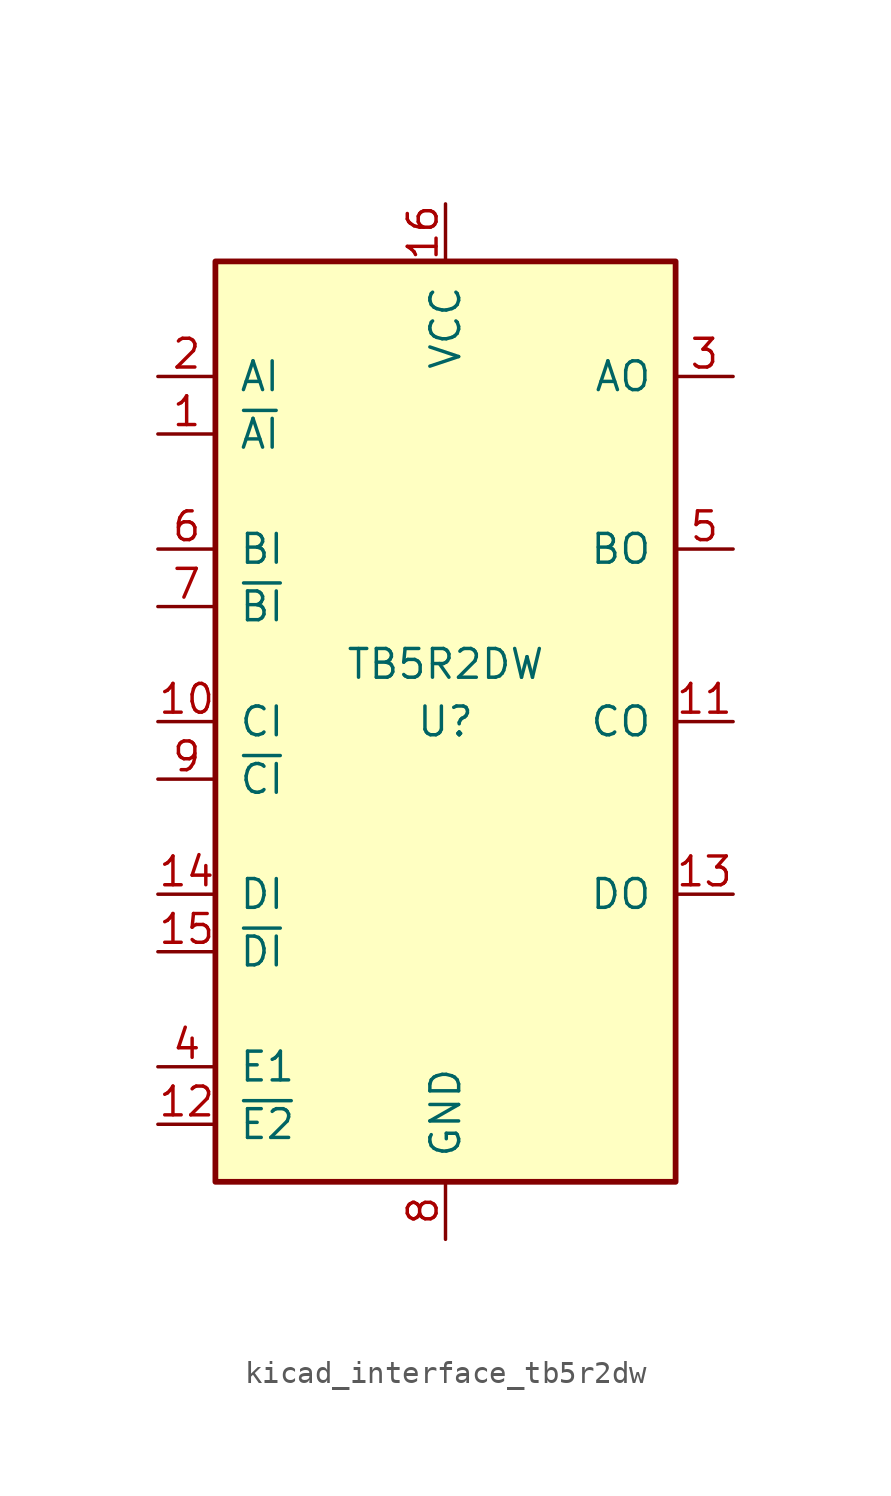
<source format=kicad_sym>
(kicad_symbol_lib
  (version 20220914)
  (generator kicad_symbol_editor)
  (symbol "kicad_interface_tb5r2dw"
    (pin_names
      (offset 1.016))
    (property "Reference" "U"
      (at 0 0 0)
      (effects (font (size 1.27 1.27))))
    (property "Value" "TB5R2DW"
      (at 0 2.54 0)
      (effects (font (size 1.27 1.27))))
    (symbol "kicad_interface_tb5r2dw_0_1"
      (rectangle (start 10.16 -20.32) (end -10.16 20.32) (stroke (width 0.254) (type default)) (fill (type background))))
    (symbol "kicad_interface_tb5r2dw_1_1"
      (pin input line (at -12.7 12.7 0) (length 2.54) (name "~{AI}" (effects (font (size 1.27 1.27)))) (number "1" (effects (font (size 1.27 1.27)))))
      (pin input line (at -12.7 0 0) (length 2.54) (name "CI" (effects (font (size 1.27 1.27)))) (number "10" (effects (font (size 1.27 1.27)))))
      (pin output line (at 12.7 0 180) (length 2.54) (name "CO" (effects (font (size 1.27 1.27)))) (number "11" (effects (font (size 1.27 1.27)))))
      (pin input line (at -12.7 -17.78 0) (length 2.54) (name "~{E2}" (effects (font (size 1.27 1.27)))) (number "12" (effects (font (size 1.27 1.27)))))
      (pin output line (at 12.7 -7.62 180) (length 2.54) (name "DO" (effects (font (size 1.27 1.27)))) (number "13" (effects (font (size 1.27 1.27)))))
      (pin input line (at -12.7 -7.62 0) (length 2.54) (name "DI" (effects (font (size 1.27 1.27)))) (number "14" (effects (font (size 1.27 1.27)))))
      (pin input line (at -12.7 -10.16 0) (length 2.54) (name "~{DI}" (effects (font (size 1.27 1.27)))) (number "15" (effects (font (size 1.27 1.27)))))
      (pin power_in line (at 0 22.86 270) (length 2.54) (name "VCC" (effects (font (size 1.27 1.27)))) (number "16" (effects (font (size 1.27 1.27)))))
      (pin input line (at -12.7 15.24 0) (length 2.54) (name "AI" (effects (font (size 1.27 1.27)))) (number "2" (effects (font (size 1.27 1.27)))))
      (pin output line (at 12.7 15.24 180) (length 2.54) (name "AO" (effects (font (size 1.27 1.27)))) (number "3" (effects (font (size 1.27 1.27)))))
      (pin input line (at -12.7 -15.24 0) (length 2.54) (name "E1" (effects (font (size 1.27 1.27)))) (number "4" (effects (font (size 1.27 1.27)))))
      (pin output line (at 12.7 7.62 180) (length 2.54) (name "BO" (effects (font (size 1.27 1.27)))) (number "5" (effects (font (size 1.27 1.27)))))
      (pin input line (at -12.7 7.62 0) (length 2.54) (name "BI" (effects (font (size 1.27 1.27)))) (number "6" (effects (font (size 1.27 1.27)))))
      (pin input line (at -12.7 5.08 0) (length 2.54) (name "~{BI}" (effects (font (size 1.27 1.27)))) (number "7" (effects (font (size 1.27 1.27)))))
      (pin power_in line (at 0 -22.86 90) (length 2.54) (name "GND" (effects (font (size 1.27 1.27)))) (number "8" (effects (font (size 1.27 1.27)))))
      (pin input line (at -12.7 -2.54 0) (length 2.54) (name "~{CI}" (effects (font (size 1.27 1.27)))) (number "9" (effects (font (size 1.27 1.27))))))))
</source>
